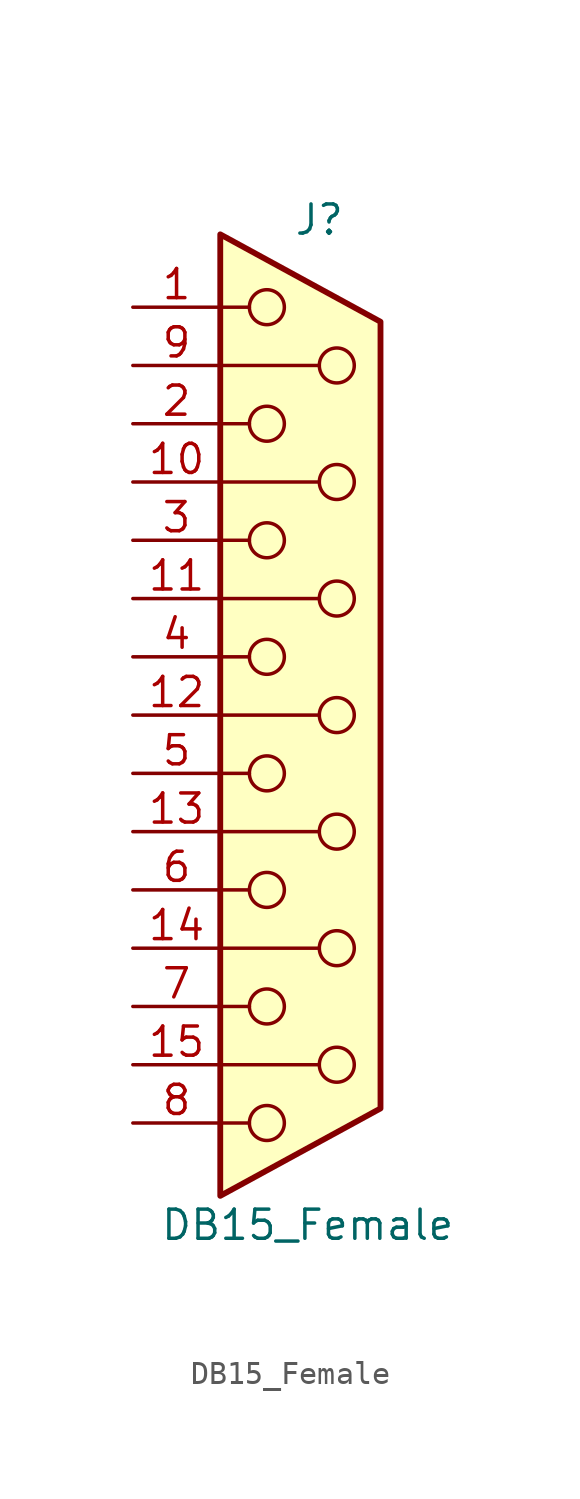
<source format=kicad_sym>
(kicad_symbol_lib
  (version 20201005)
  (generator kicad_symbol_editor)
  (symbol "DB15_Female"
    (pin_names
      (offset 1.016) hide)
    (property "Reference" "J"
      (at 0.508 21.59 0)
      (effects (font (size 1.27 1.27))))
    (property "Value" "DB15_Female"
      (at 0 -22.225 0)
      (effects (font (size 1.27 1.27))))
    (symbol "DB15_Female_0_1"
      (circle (center -1.778 -17.78) (radius 0.762) (stroke (width 0)) (fill (type none)))
      (circle (center -1.778 -12.7) (radius 0.762) (stroke (width 0)) (fill (type none)))
      (circle (center -1.778 -7.62) (radius 0.762) (stroke (width 0)) (fill (type none)))
      (circle (center -1.778 -2.54) (radius 0.762) (stroke (width 0)) (fill (type none)))
      (circle (center -1.778 2.54) (radius 0.762) (stroke (width 0)) (fill (type none)))
      (circle (center -1.778 7.62) (radius 0.762) (stroke (width 0)) (fill (type none)))
      (circle (center -1.778 12.7) (radius 0.762) (stroke (width 0)) (fill (type none)))
      (circle (center -1.778 17.78) (radius 0.762) (stroke (width 0)) (fill (type none)))
      (circle (center 1.27 -15.24) (radius 0.762) (stroke (width 0)) (fill (type none)))
      (circle (center 1.27 -10.16) (radius 0.762) (stroke (width 0)) (fill (type none)))
      (circle (center 1.27 -5.08) (radius 0.762) (stroke (width 0)) (fill (type none)))
      (circle (center 1.27 0) (radius 0.762) (stroke (width 0)) (fill (type none)))
      (circle (center 1.27 5.08) (radius 0.762) (stroke (width 0)) (fill (type none)))
      (circle (center 1.27 10.16) (radius 0.762) (stroke (width 0)) (fill (type none)))
      (circle (center 1.27 15.24) (radius 0.762) (stroke (width 0)) (fill (type none)))
      (polyline (pts (xy -3.81 -17.78) (xy -2.54 -17.78)) (stroke (width 0)) (fill (type none)))
      (polyline (pts (xy -3.81 -15.24) (xy 0.508 -15.24)) (stroke (width 0)) (fill (type none)))
      (polyline (pts (xy -3.81 -12.7) (xy -2.54 -12.7)) (stroke (width 0)) (fill (type none)))
      (polyline (pts (xy -3.81 -10.16) (xy 0.508 -10.16)) (stroke (width 0)) (fill (type none)))
      (polyline (pts (xy -3.81 -7.62) (xy -2.54 -7.62)) (stroke (width 0)) (fill (type none)))
      (polyline (pts (xy -3.81 -5.08) (xy 0.508 -5.08)) (stroke (width 0)) (fill (type none)))
      (polyline (pts (xy -3.81 -2.54) (xy -2.54 -2.54)) (stroke (width 0)) (fill (type none)))
      (polyline (pts (xy -3.81 0) (xy 0.508 0)) (stroke (width 0)) (fill (type none)))
      (polyline (pts (xy -3.81 2.54) (xy -2.54 2.54)) (stroke (width 0)) (fill (type none)))
      (polyline (pts (xy -3.81 5.08) (xy 0.508 5.08)) (stroke (width 0)) (fill (type none)))
      (polyline (pts (xy -3.81 7.62) (xy -2.54 7.62)) (stroke (width 0)) (fill (type none)))
      (polyline (pts (xy -3.81 10.16) (xy 0.508 10.16)) (stroke (width 0)) (fill (type none)))
      (polyline (pts (xy -3.81 12.7) (xy -2.54 12.7)) (stroke (width 0)) (fill (type none)))
      (polyline (pts (xy -3.81 15.24) (xy 0.508 15.24)) (stroke (width 0)) (fill (type none)))
      (polyline (pts (xy -3.81 17.78) (xy -2.54 17.78)) (stroke (width 0)) (fill (type none)))
      (polyline (pts (xy -3.81 20.955) (xy 3.175 17.145) (xy 3.175 -17.145) (xy -3.81 -20.955) (xy -3.81 20.955)) (stroke (width 0.254)) (fill (type background))))
    (symbol "DB15_Female_1_1"
      (pin passive line (at -7.62 17.78 0) (length 3.81) (name "1" (effects (font (size 1.27 1.27)))) (number "1" (effects (font (size 1.27 1.27)))))
      (pin passive line (at -7.62 10.16 0) (length 3.81) (name "P10" (effects (font (size 1.27 1.27)))) (number "10" (effects (font (size 1.27 1.27)))))
      (pin passive line (at -7.62 5.08 0) (length 3.81) (name "P111" (effects (font (size 1.27 1.27)))) (number "11" (effects (font (size 1.27 1.27)))))
      (pin passive line (at -7.62 0 0) (length 3.81) (name "P12" (effects (font (size 1.27 1.27)))) (number "12" (effects (font (size 1.27 1.27)))))
      (pin passive line (at -7.62 -5.08 0) (length 3.81) (name "P13" (effects (font (size 1.27 1.27)))) (number "13" (effects (font (size 1.27 1.27)))))
      (pin passive line (at -7.62 -10.16 0) (length 3.81) (name "P14" (effects (font (size 1.27 1.27)))) (number "14" (effects (font (size 1.27 1.27)))))
      (pin passive line (at -7.62 -15.24 0) (length 3.81) (name "P15" (effects (font (size 1.27 1.27)))) (number "15" (effects (font (size 1.27 1.27)))))
      (pin passive line (at -7.62 12.7 0) (length 3.81) (name "2" (effects (font (size 1.27 1.27)))) (number "2" (effects (font (size 1.27 1.27)))))
      (pin passive line (at -7.62 7.62 0) (length 3.81) (name "3" (effects (font (size 1.27 1.27)))) (number "3" (effects (font (size 1.27 1.27)))))
      (pin passive line (at -7.62 2.54 0) (length 3.81) (name "4" (effects (font (size 1.27 1.27)))) (number "4" (effects (font (size 1.27 1.27)))))
      (pin passive line (at -7.62 -2.54 0) (length 3.81) (name "5" (effects (font (size 1.27 1.27)))) (number "5" (effects (font (size 1.27 1.27)))))
      (pin passive line (at -7.62 -7.62 0) (length 3.81) (name "6" (effects (font (size 1.27 1.27)))) (number "6" (effects (font (size 1.27 1.27)))))
      (pin passive line (at -7.62 -12.7 0) (length 3.81) (name "7" (effects (font (size 1.27 1.27)))) (number "7" (effects (font (size 1.27 1.27)))))
      (pin passive line (at -7.62 -17.78 0) (length 3.81) (name "8" (effects (font (size 1.27 1.27)))) (number "8" (effects (font (size 1.27 1.27)))))
      (pin passive line (at -7.62 15.24 0) (length 3.81) (name "P9" (effects (font (size 1.27 1.27)))) (number "9" (effects (font (size 1.27 1.27))))))))
</source>
